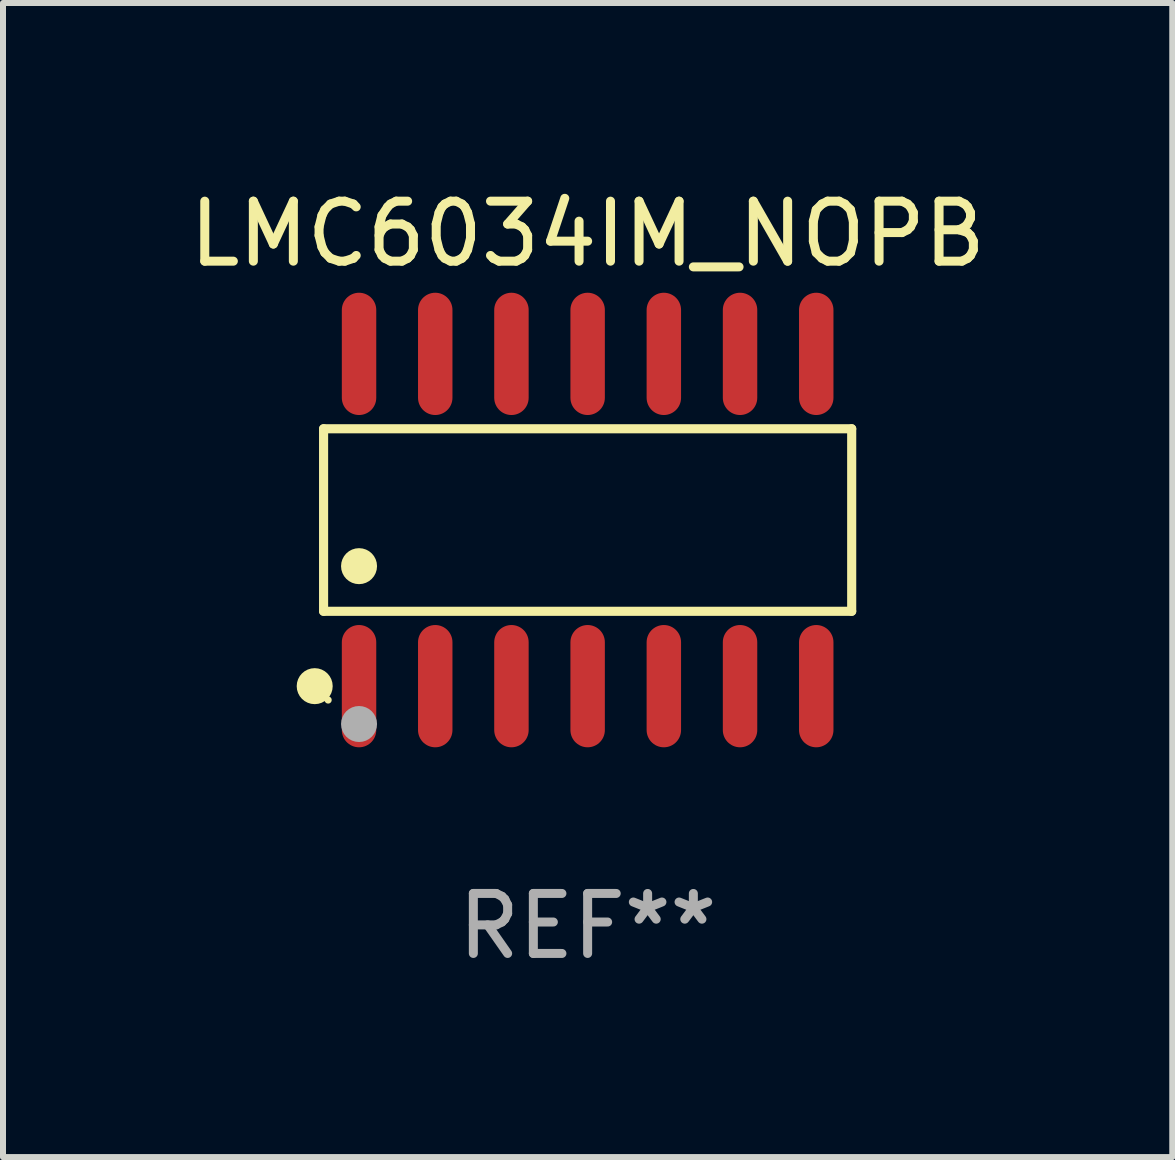
<source format=kicad_pcb>
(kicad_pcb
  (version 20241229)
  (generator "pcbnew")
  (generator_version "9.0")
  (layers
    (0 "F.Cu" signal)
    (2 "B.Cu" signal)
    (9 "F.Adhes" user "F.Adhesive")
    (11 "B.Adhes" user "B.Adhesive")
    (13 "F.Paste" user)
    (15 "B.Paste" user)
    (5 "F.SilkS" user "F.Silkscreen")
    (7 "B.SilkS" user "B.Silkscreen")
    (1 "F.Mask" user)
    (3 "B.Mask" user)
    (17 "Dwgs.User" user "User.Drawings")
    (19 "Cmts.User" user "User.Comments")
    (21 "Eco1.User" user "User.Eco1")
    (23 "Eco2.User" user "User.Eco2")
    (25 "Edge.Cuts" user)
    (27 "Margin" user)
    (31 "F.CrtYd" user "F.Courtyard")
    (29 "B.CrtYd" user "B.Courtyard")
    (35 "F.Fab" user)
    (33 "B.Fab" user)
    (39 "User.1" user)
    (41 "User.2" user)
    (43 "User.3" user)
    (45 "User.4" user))
  (footprint "LMC6034IM_NOPB"
    (layer "F.Cu")
    (at 6.744 5.617)
    (property "Reference" "LMC6034IM_NOPB" (at 0 -4.769 0) (layer "F.SilkS") (effects (font (size 1 1) (thickness 0.15))))
    (attr through_hole)
    (fp_line (start -4.401 -1.521) (end 4.401 -1.521) (stroke (width 0.152) (type solid)) (layer "F.SilkS"))
    (fp_line (start -4.401 1.521) (end -4.401 -1.521) (stroke (width 0.152) (type solid)) (layer "F.SilkS"))
    (fp_line (start 4.401 -1.521) (end 4.401 1.521) (stroke (width 0.152) (type solid)) (layer "F.SilkS"))
    (fp_line (start 4.401 1.521) (end -4.401 1.521) (stroke (width 0.152) (type solid)) (layer "F.SilkS"))
    (fp_circle (center -4.549 2.769) (end -4.399 2.769) (stroke (width 0.3) (type solid)) (fill no) (layer "F.SilkS"))
    (fp_circle (center -4.325 3) (end -4.295 3) (stroke (width 0.06) (type solid)) (fill no) (layer "F.SilkS"))
    (fp_circle (center -3.81 0.769) (end -3.66 0.769) (stroke (width 0.3) (type solid)) (fill no) (layer "F.SilkS"))
    (fp_circle (center -3.81 3.4) (end -3.66 3.4) (stroke (width 0.3) (type solid)) (fill no) (layer "F.Fab"))
    (fp_text user "REF**" (at 0 6.769 0) (layer "F.Fab") (effects (font (size 1 1) (thickness 0.15))))
    (pad "1" smd oval (at -3.81 2.769) (size 0.574 2.038) (layers "F.Cu" "F.Mask" "F.Paste"))
    (pad "2" smd oval (at -2.54 2.769) (size 0.574 2.038) (layers "F.Cu" "F.Mask" "F.Paste"))
    (pad "3" smd oval (at -1.27 2.769) (size 0.574 2.038) (layers "F.Cu" "F.Mask" "F.Paste"))
    (pad "4" smd oval (at 0 2.769) (size 0.574 2.038) (layers "F.Cu" "F.Mask" "F.Paste"))
    (pad "5" smd oval (at 1.27 2.769) (size 0.574 2.038) (layers "F.Cu" "F.Mask" "F.Paste"))
    (pad "6" smd oval (at 2.54 2.769) (size 0.574 2.038) (layers "F.Cu" "F.Mask" "F.Paste"))
    (pad "7" smd oval (at 3.81 2.769) (size 0.574 2.038) (layers "F.Cu" "F.Mask" "F.Paste"))
    (pad "8" smd oval (at 3.81 -2.769) (size 0.574 2.038) (layers "F.Cu" "F.Mask" "F.Paste"))
    (pad "9" smd oval (at 2.54 -2.769) (size 0.574 2.038) (layers "F.Cu" "F.Mask" "F.Paste"))
    (pad "10" smd oval (at 1.27 -2.769) (size 0.574 2.038) (layers "F.Cu" "F.Mask" "F.Paste"))
    (pad "11" smd oval (at 0 -2.769) (size 0.574 2.038) (layers "F.Cu" "F.Mask" "F.Paste"))
    (pad "12" smd oval (at -1.27 -2.769) (size 0.574 2.038) (layers "F.Cu" "F.Mask" "F.Paste"))
    (pad "13" smd oval (at -2.54 -2.769) (size 0.574 2.038) (layers "F.Cu" "F.Mask" "F.Paste"))
    (pad "14" smd oval (at -3.81 -2.769) (size 0.574 2.038) (layers "F.Cu" "F.Mask" "F.Paste")))
  (gr_rect
    (start -3 -3)
    (end 16.488 16.235)
    (stroke (width 0.1) (type default))
    (fill no)
    (layer "Edge.Cuts")))
</source>
